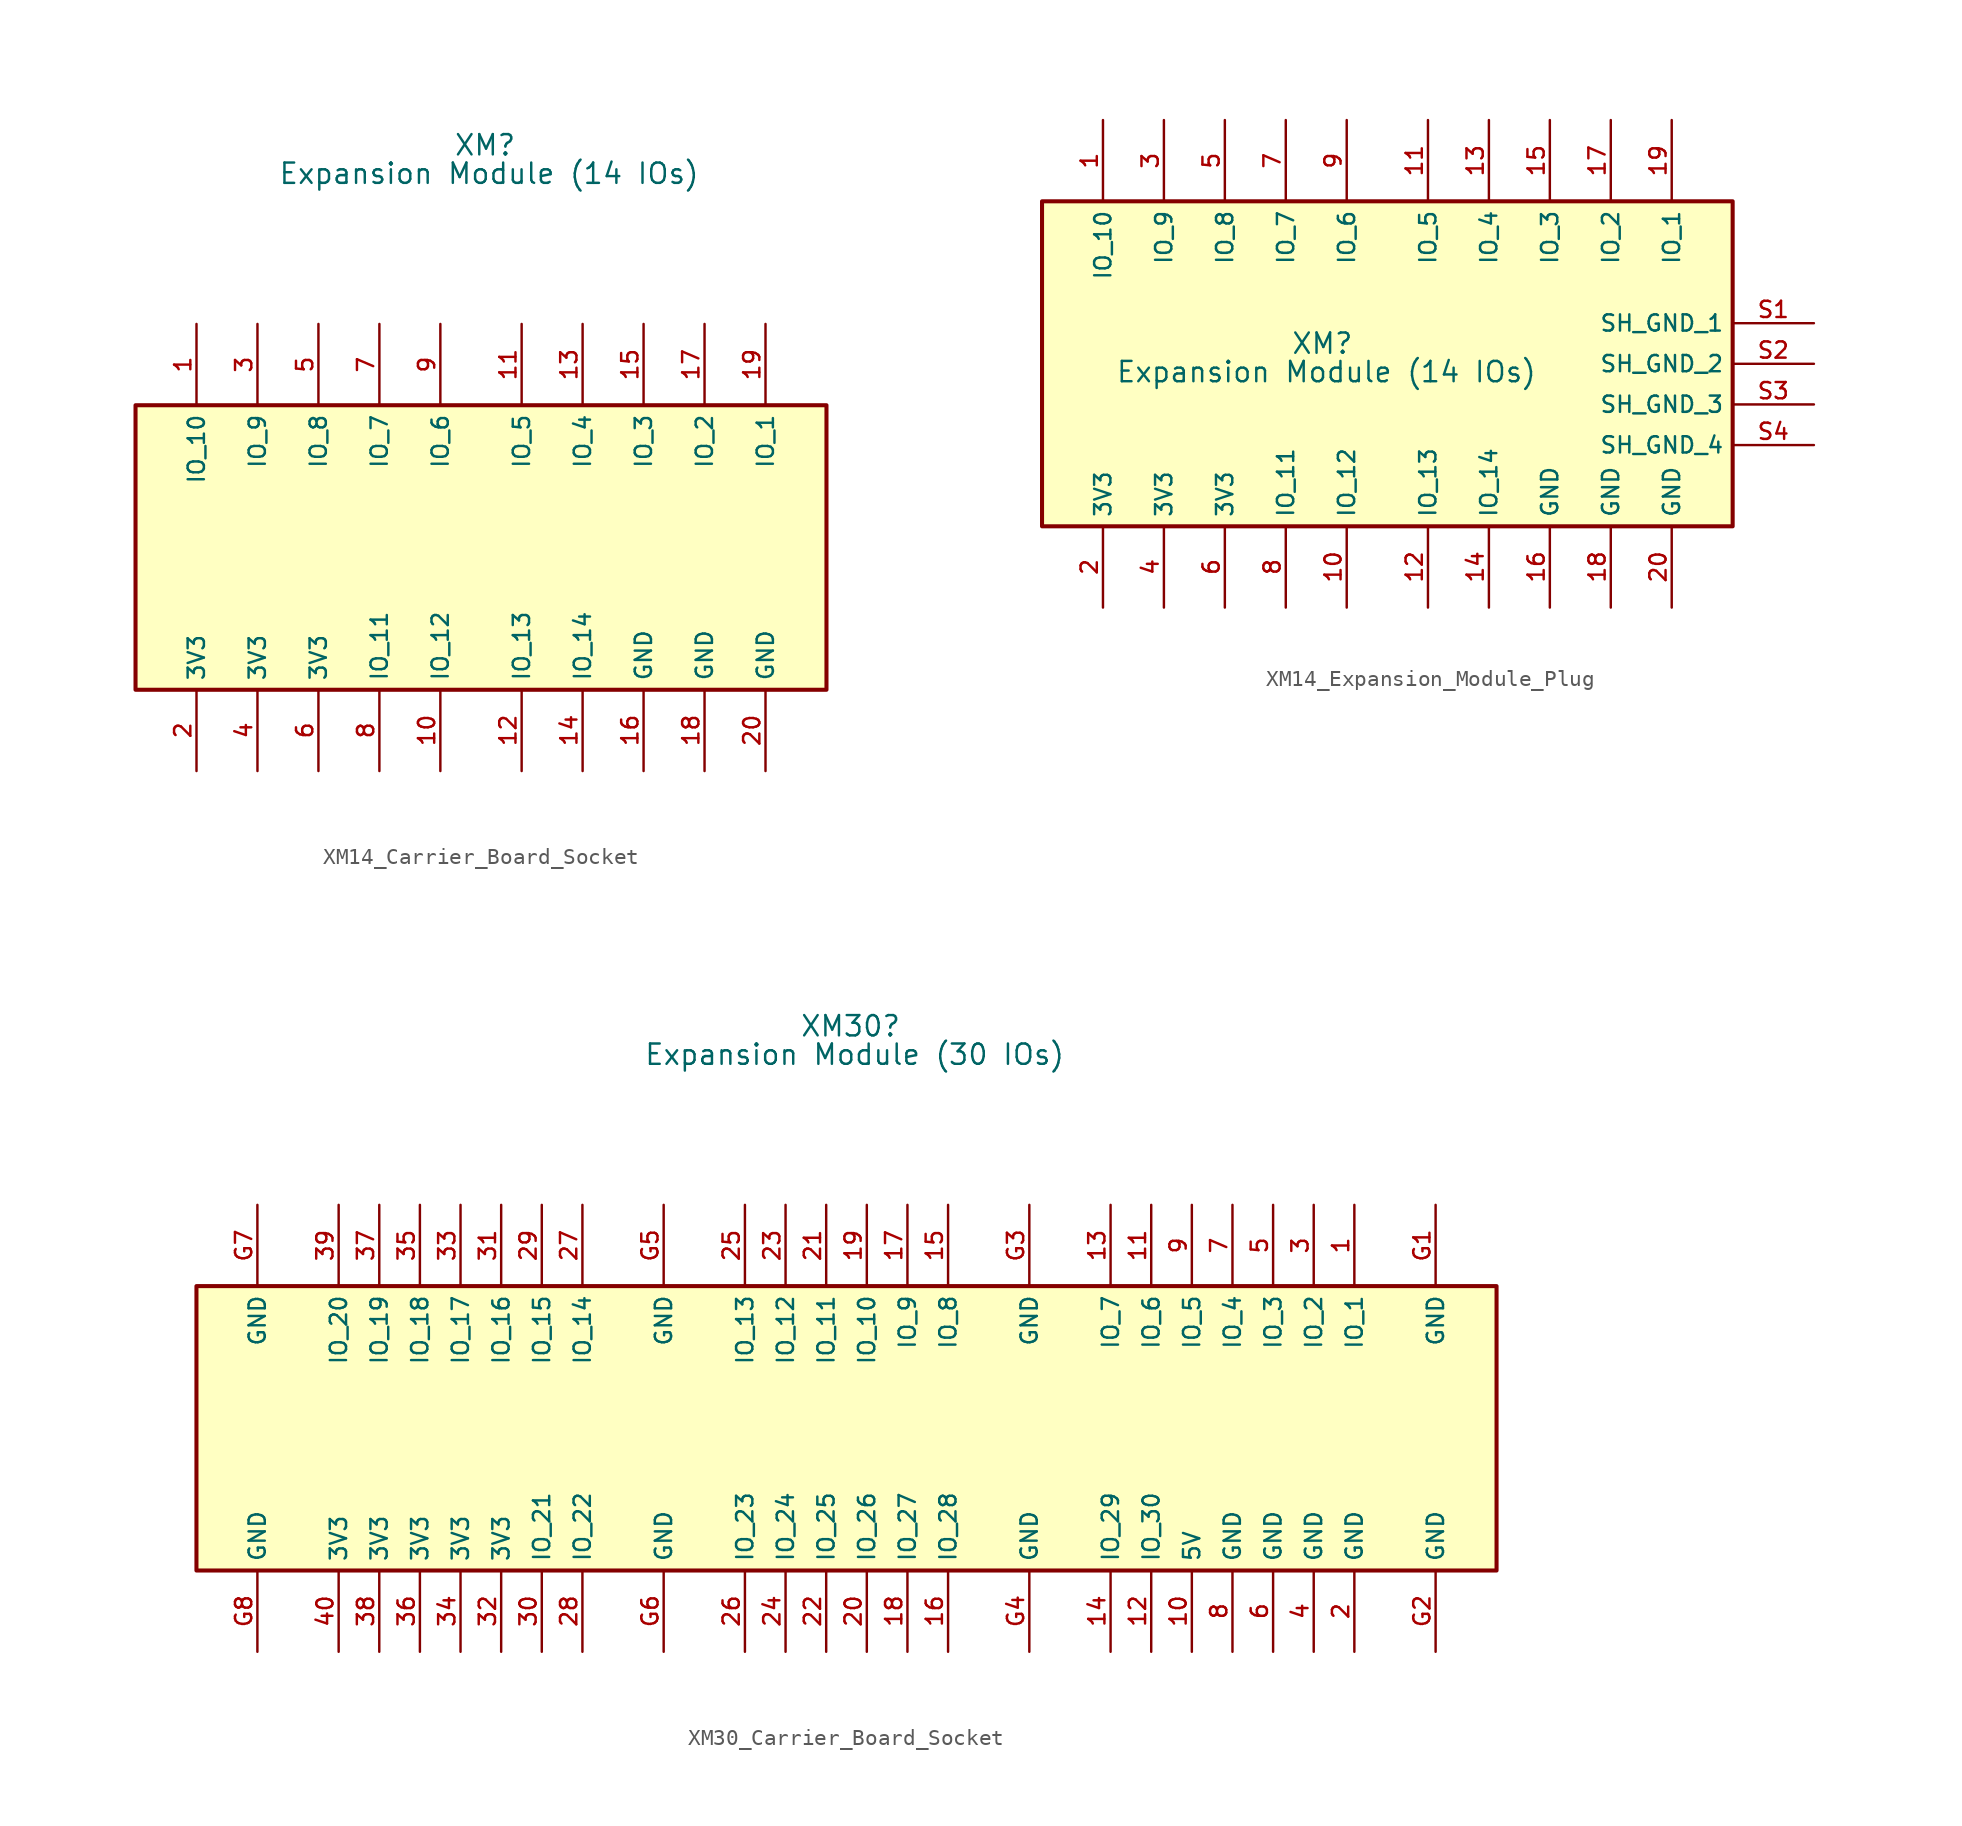
<source format=kicad_sym>
(kicad_symbol_lib
  (version 20231120)
  (generator "kicad_symbol_editor")
  (generator_version "8.0")
  (symbol "XM14_Carrier_Board_Socket"
    (property "Reference" "XM"
      (at 0.254 25.146 0)
      (effects (font (size 1.27 1.27))))
    (property "Value" "Expansion Module (14 IOs)"
      (at 0.508 23.368 0)
      (effects (font (size 1.27 1.27))))
    (symbol "XM14_Carrier_Board_Socket_0_0"
      (rectangle (start -21.59 8.89) (end 21.59 -8.89) (stroke (width 0.254) (type default)) (fill (type background))))
    (symbol "XM14_Carrier_Board_Socket_1_0"
      (pin passive line (at -17.78 13.97 270) (length 5.08) (name "IO_10" (effects (font (size 1.016 1.016)))) (number "1" (effects (font (size 1.016 1.016)))))
      (pin passive line (at -2.54 -13.97 90) (length 5.08) (name "IO_12" (effects (font (size 1.016 1.016)))) (number "10" (effects (font (size 1.016 1.016)))))
      (pin passive line (at 2.54 13.97 270) (length 5.08) (name "IO_5" (effects (font (size 1.016 1.016)))) (number "11" (effects (font (size 1.016 1.016)))))
      (pin passive line (at 2.54 -13.97 90) (length 5.08) (name "IO_13" (effects (font (size 1.016 1.016)))) (number "12" (effects (font (size 1.016 1.016)))))
      (pin passive line (at 6.35 13.97 270) (length 5.08) (name "IO_4" (effects (font (size 1.016 1.016)))) (number "13" (effects (font (size 1.016 1.016)))))
      (pin passive line (at 6.35 -13.97 90) (length 5.08) (name "IO_14" (effects (font (size 1.016 1.016)))) (number "14" (effects (font (size 1.016 1.016)))))
      (pin passive line (at 10.16 13.97 270) (length 5.08) (name "IO_3" (effects (font (size 1.016 1.016)))) (number "15" (effects (font (size 1.016 1.016)))))
      (pin passive line (at 10.16 -13.97 90) (length 5.08) (name "GND" (effects (font (size 1.016 1.016)))) (number "16" (effects (font (size 1.016 1.016)))))
      (pin passive line (at 13.97 13.97 270) (length 5.08) (name "IO_2" (effects (font (size 1.016 1.016)))) (number "17" (effects (font (size 1.016 1.016)))))
      (pin passive line (at 13.97 -13.97 90) (length 5.08) (name "GND" (effects (font (size 1.016 1.016)))) (number "18" (effects (font (size 1.016 1.016)))))
      (pin passive line (at 17.78 13.97 270) (length 5.08) (name "IO_1" (effects (font (size 1.016 1.016)))) (number "19" (effects (font (size 1.016 1.016)))))
      (pin passive line (at -17.78 -13.97 90) (length 5.08) (name "3V3" (effects (font (size 1.016 1.016)))) (number "2" (effects (font (size 1.016 1.016)))))
      (pin passive line (at 17.78 -13.97 90) (length 5.08) (name "GND" (effects (font (size 1.016 1.016)))) (number "20" (effects (font (size 1.016 1.016)))))
      (pin passive line (at -13.97 13.97 270) (length 5.08) (name "IO_9" (effects (font (size 1.016 1.016)))) (number "3" (effects (font (size 1.016 1.016)))))
      (pin passive line (at -13.97 -13.97 90) (length 5.08) (name "3V3" (effects (font (size 1.016 1.016)))) (number "4" (effects (font (size 1.016 1.016)))))
      (pin passive line (at -10.16 13.97 270) (length 5.08) (name "IO_8" (effects (font (size 1.016 1.016)))) (number "5" (effects (font (size 1.016 1.016)))))
      (pin passive line (at -10.16 -13.97 90) (length 5.08) (name "3V3" (effects (font (size 1.016 1.016)))) (number "6" (effects (font (size 1.016 1.016)))))
      (pin passive line (at -6.35 13.97 270) (length 5.08) (name "IO_7" (effects (font (size 1.016 1.016)))) (number "7" (effects (font (size 1.016 1.016)))))
      (pin passive line (at -6.35 -13.97 90) (length 5.08) (name "IO_11" (effects (font (size 1.016 1.016)))) (number "8" (effects (font (size 1.016 1.016)))))
      (pin passive line (at -2.54 13.97 270) (length 5.08) (name "IO_6" (effects (font (size 1.016 1.016)))) (number "9" (effects (font (size 1.016 1.016)))))))
  (symbol "XM14_Expansion_Module_Plug"
    (property "Reference" "XM"
      (at -4.064 2.54 0)
      (effects (font (size 1.27 1.27))))
    (property "Value" "Expansion Module (14 IOs)"
      (at -3.81 0.762 0)
      (effects (font (size 1.27 1.27))))
    (symbol "XM14_Expansion_Module_Plug_0_0"
      (rectangle (start -21.59 11.43) (end 21.59 -8.89) (stroke (width 0.254) (type default)) (fill (type background))))
    (symbol "XM14_Expansion_Module_Plug_1_0"
      (pin passive line (at -17.78 16.51 270) (length 5.08) (name "IO_10" (effects (font (size 1.016 1.016)))) (number "1" (effects (font (size 1.016 1.016)))))
      (pin passive line (at -2.54 -13.97 90) (length 5.08) (name "IO_12" (effects (font (size 1.016 1.016)))) (number "10" (effects (font (size 1.016 1.016)))))
      (pin passive line (at 2.54 16.51 270) (length 5.08) (name "IO_5" (effects (font (size 1.016 1.016)))) (number "11" (effects (font (size 1.016 1.016)))))
      (pin passive line (at 2.54 -13.97 90) (length 5.08) (name "IO_13" (effects (font (size 1.016 1.016)))) (number "12" (effects (font (size 1.016 1.016)))))
      (pin passive line (at 6.35 16.51 270) (length 5.08) (name "IO_4" (effects (font (size 1.016 1.016)))) (number "13" (effects (font (size 1.016 1.016)))))
      (pin passive line (at 6.35 -13.97 90) (length 5.08) (name "IO_14" (effects (font (size 1.016 1.016)))) (number "14" (effects (font (size 1.016 1.016)))))
      (pin passive line (at 10.16 16.51 270) (length 5.08) (name "IO_3" (effects (font (size 1.016 1.016)))) (number "15" (effects (font (size 1.016 1.016)))))
      (pin passive line (at 10.16 -13.97 90) (length 5.08) (name "GND" (effects (font (size 1.016 1.016)))) (number "16" (effects (font (size 1.016 1.016)))))
      (pin passive line (at 13.97 16.51 270) (length 5.08) (name "IO_2" (effects (font (size 1.016 1.016)))) (number "17" (effects (font (size 1.016 1.016)))))
      (pin passive line (at 13.97 -13.97 90) (length 5.08) (name "GND" (effects (font (size 1.016 1.016)))) (number "18" (effects (font (size 1.016 1.016)))))
      (pin passive line (at 17.78 16.51 270) (length 5.08) (name "IO_1" (effects (font (size 1.016 1.016)))) (number "19" (effects (font (size 1.016 1.016)))))
      (pin passive line (at -17.78 -13.97 90) (length 5.08) (name "3V3" (effects (font (size 1.016 1.016)))) (number "2" (effects (font (size 1.016 1.016)))))
      (pin passive line (at 17.78 -13.97 90) (length 5.08) (name "GND" (effects (font (size 1.016 1.016)))) (number "20" (effects (font (size 1.016 1.016)))))
      (pin passive line (at -13.97 16.51 270) (length 5.08) (name "IO_9" (effects (font (size 1.016 1.016)))) (number "3" (effects (font (size 1.016 1.016)))))
      (pin passive line (at -13.97 -13.97 90) (length 5.08) (name "3V3" (effects (font (size 1.016 1.016)))) (number "4" (effects (font (size 1.016 1.016)))))
      (pin passive line (at -10.16 16.51 270) (length 5.08) (name "IO_8" (effects (font (size 1.016 1.016)))) (number "5" (effects (font (size 1.016 1.016)))))
      (pin passive line (at -10.16 -13.97 90) (length 5.08) (name "3V3" (effects (font (size 1.016 1.016)))) (number "6" (effects (font (size 1.016 1.016)))))
      (pin passive line (at -6.35 16.51 270) (length 5.08) (name "IO_7" (effects (font (size 1.016 1.016)))) (number "7" (effects (font (size 1.016 1.016)))))
      (pin passive line (at -6.35 -13.97 90) (length 5.08) (name "IO_11" (effects (font (size 1.016 1.016)))) (number "8" (effects (font (size 1.016 1.016)))))
      (pin passive line (at -2.54 16.51 270) (length 5.08) (name "IO_6" (effects (font (size 1.016 1.016)))) (number "9" (effects (font (size 1.016 1.016)))))
      (pin passive line (at 26.67 3.81 180) (length 5.08) (name "SH_GND_1" (effects (font (size 1.016 1.016)))) (number "S1" (effects (font (size 1.016 1.016)))))
      (pin passive line (at 26.67 1.27 180) (length 5.08) (name "SH_GND_2" (effects (font (size 1.016 1.016)))) (number "S2" (effects (font (size 1.016 1.016)))))
      (pin passive line (at 26.67 -1.27 180) (length 5.08) (name "SH_GND_3" (effects (font (size 1.016 1.016)))) (number "S3" (effects (font (size 1.016 1.016)))))
      (pin passive line (at 26.67 -3.81 180) (length 5.08) (name "SH_GND_4" (effects (font (size 1.016 1.016)))) (number "S4" (effects (font (size 1.016 1.016)))))))
  (symbol "XM30_Carrier_Board_Socket"
    (property "Reference" "XM30"
      (at 0.254 25.146 0)
      (effects (font (size 1.27 1.27))))
    (property "Value" "Expansion Module (30 IOs)"
      (at 0.508 23.368 0)
      (effects (font (size 1.27 1.27))))
    (symbol "XM30_Carrier_Board_Socket_0_0"
      (rectangle (start -40.64 8.89) (end 40.64 -8.89) (stroke (width 0.254) (type default)) (fill (type background))))
    (symbol "XM30_Carrier_Board_Socket_1_0"
      (pin passive line (at 31.75 13.97 270) (length 5.08) (name "IO_1" (effects (font (size 1.016 1.016)))) (number "1" (effects (font (size 1.016 1.016)))))
      (pin passive line (at 21.59 -13.97 90) (length 5.08) (name "5V" (effects (font (size 1.016 1.016)))) (number "10" (effects (font (size 1.016 1.016)))))
      (pin passive line (at 19.05 13.97 270) (length 5.08) (name "IO_6" (effects (font (size 1.016 1.016)))) (number "11" (effects (font (size 1.016 1.016)))))
      (pin passive line (at 19.05 -13.97 90) (length 5.08) (name "IO_30" (effects (font (size 1.016 1.016)))) (number "12" (effects (font (size 1.016 1.016)))))
      (pin passive line (at 16.51 13.97 270) (length 5.08) (name "IO_7" (effects (font (size 1.016 1.016)))) (number "13" (effects (font (size 1.016 1.016)))))
      (pin passive line (at 16.51 -13.97 90) (length 5.08) (name "IO_29" (effects (font (size 1.016 1.016)))) (number "14" (effects (font (size 1.016 1.016)))))
      (pin passive line (at 6.35 13.97 270) (length 5.08) (name "IO_8" (effects (font (size 1.016 1.016)))) (number "15" (effects (font (size 1.016 1.016)))))
      (pin passive line (at 6.35 -13.97 90) (length 5.08) (name "IO_28" (effects (font (size 1.016 1.016)))) (number "16" (effects (font (size 1.016 1.016)))))
      (pin passive line (at 3.81 13.97 270) (length 5.08) (name "IO_9" (effects (font (size 1.016 1.016)))) (number "17" (effects (font (size 1.016 1.016)))))
      (pin passive line (at 3.81 -13.97 90) (length 5.08) (name "IO_27" (effects (font (size 1.016 1.016)))) (number "18" (effects (font (size 1.016 1.016)))))
      (pin passive line (at 1.27 13.97 270) (length 5.08) (name "IO_10" (effects (font (size 1.016 1.016)))) (number "19" (effects (font (size 1.016 1.016)))))
      (pin passive line (at 31.75 -13.97 90) (length 5.08) (name "GND" (effects (font (size 1.016 1.016)))) (number "2" (effects (font (size 1.016 1.016)))))
      (pin passive line (at 1.27 -13.97 90) (length 5.08) (name "IO_26" (effects (font (size 1.016 1.016)))) (number "20" (effects (font (size 1.016 1.016)))))
      (pin passive line (at -1.27 13.97 270) (length 5.08) (name "IO_11" (effects (font (size 1.016 1.016)))) (number "21" (effects (font (size 1.016 1.016)))))
      (pin passive line (at -1.27 -13.97 90) (length 5.08) (name "IO_25" (effects (font (size 1.016 1.016)))) (number "22" (effects (font (size 1.016 1.016)))))
      (pin passive line (at -3.81 13.97 270) (length 5.08) (name "IO_12" (effects (font (size 1.016 1.016)))) (number "23" (effects (font (size 1.016 1.016)))))
      (pin passive line (at -3.81 -13.97 90) (length 5.08) (name "IO_24" (effects (font (size 1.016 1.016)))) (number "24" (effects (font (size 1.016 1.016)))))
      (pin passive line (at -6.35 13.97 270) (length 5.08) (name "IO_13" (effects (font (size 1.016 1.016)))) (number "25" (effects (font (size 1.016 1.016)))))
      (pin passive line (at -6.35 -13.97 90) (length 5.08) (name "IO_23" (effects (font (size 1.016 1.016)))) (number "26" (effects (font (size 1.016 1.016)))))
      (pin passive line (at -16.51 13.97 270) (length 5.08) (name "IO_14" (effects (font (size 1.016 1.016)))) (number "27" (effects (font (size 1.016 1.016)))))
      (pin passive line (at -16.51 -13.97 90) (length 5.08) (name "IO_22" (effects (font (size 1.016 1.016)))) (number "28" (effects (font (size 1.016 1.016)))))
      (pin passive line (at -19.05 13.97 270) (length 5.08) (name "IO_15" (effects (font (size 1.016 1.016)))) (number "29" (effects (font (size 1.016 1.016)))))
      (pin passive line (at 29.21 13.97 270) (length 5.08) (name "IO_2" (effects (font (size 1.016 1.016)))) (number "3" (effects (font (size 1.016 1.016)))))
      (pin passive line (at -19.05 -13.97 90) (length 5.08) (name "IO_21" (effects (font (size 1.016 1.016)))) (number "30" (effects (font (size 1.016 1.016)))))
      (pin passive line (at -21.59 13.97 270) (length 5.08) (name "IO_16" (effects (font (size 1.016 1.016)))) (number "31" (effects (font (size 1.016 1.016)))))
      (pin passive line (at -21.59 -13.97 90) (length 5.08) (name "3V3" (effects (font (size 1.016 1.016)))) (number "32" (effects (font (size 1.016 1.016)))))
      (pin passive line (at -24.13 13.97 270) (length 5.08) (name "IO_17" (effects (font (size 1.016 1.016)))) (number "33" (effects (font (size 1.016 1.016)))))
      (pin passive line (at -24.13 -13.97 90) (length 5.08) (name "3V3" (effects (font (size 1.016 1.016)))) (number "34" (effects (font (size 1.016 1.016)))))
      (pin passive line (at -26.67 13.97 270) (length 5.08) (name "IO_18" (effects (font (size 1.016 1.016)))) (number "35" (effects (font (size 1.016 1.016)))))
      (pin passive line (at -26.67 -13.97 90) (length 5.08) (name "3V3" (effects (font (size 1.016 1.016)))) (number "36" (effects (font (size 1.016 1.016)))))
      (pin passive line (at -29.21 13.97 270) (length 5.08) (name "IO_19" (effects (font (size 1.016 1.016)))) (number "37" (effects (font (size 1.016 1.016)))))
      (pin passive line (at -29.21 -13.97 90) (length 5.08) (name "3V3" (effects (font (size 1.016 1.016)))) (number "38" (effects (font (size 1.016 1.016)))))
      (pin passive line (at -31.75 13.97 270) (length 5.08) (name "IO_20" (effects (font (size 1.016 1.016)))) (number "39" (effects (font (size 1.016 1.016)))))
      (pin passive line (at 29.21 -13.97 90) (length 5.08) (name "GND" (effects (font (size 1.016 1.016)))) (number "4" (effects (font (size 1.016 1.016)))))
      (pin passive line (at -31.75 -13.97 90) (length 5.08) (name "3V3" (effects (font (size 1.016 1.016)))) (number "40" (effects (font (size 1.016 1.016)))))
      (pin passive line (at 26.67 13.97 270) (length 5.08) (name "IO_3" (effects (font (size 1.016 1.016)))) (number "5" (effects (font (size 1.016 1.016)))))
      (pin passive line (at 26.67 -13.97 90) (length 5.08) (name "GND" (effects (font (size 1.016 1.016)))) (number "6" (effects (font (size 1.016 1.016)))))
      (pin passive line (at 24.13 13.97 270) (length 5.08) (name "IO_4" (effects (font (size 1.016 1.016)))) (number "7" (effects (font (size 1.016 1.016)))))
      (pin passive line (at 24.13 -13.97 90) (length 5.08) (name "GND" (effects (font (size 1.016 1.016)))) (number "8" (effects (font (size 1.016 1.016)))))
      (pin passive line (at 21.59 13.97 270) (length 5.08) (name "IO_5" (effects (font (size 1.016 1.016)))) (number "9" (effects (font (size 1.016 1.016)))))
      (pin power_in line (at 36.83 13.97 270) (length 5.08) (name "GND" (effects (font (size 1.016 1.016)))) (number "G1" (effects (font (size 1.016 1.016)))))
      (pin power_in line (at 36.83 -13.97 90) (length 5.08) (name "GND" (effects (font (size 1.016 1.016)))) (number "G2" (effects (font (size 1.016 1.016)))))
      (pin power_in line (at 11.43 13.97 270) (length 5.08) (name "GND" (effects (font (size 1.016 1.016)))) (number "G3" (effects (font (size 1.016 1.016)))))
      (pin power_in line (at 11.43 -13.97 90) (length 5.08) (name "GND" (effects (font (size 1.016 1.016)))) (number "G4" (effects (font (size 1.016 1.016)))))
      (pin power_in line (at -11.43 13.97 270) (length 5.08) (name "GND" (effects (font (size 1.016 1.016)))) (number "G5" (effects (font (size 1.016 1.016)))))
      (pin power_in line (at -11.43 -13.97 90) (length 5.08) (name "GND" (effects (font (size 1.016 1.016)))) (number "G6" (effects (font (size 1.016 1.016)))))
      (pin power_in line (at -36.83 13.97 270) (length 5.08) (name "GND" (effects (font (size 1.016 1.016)))) (number "G7" (effects (font (size 1.016 1.016)))))
      (pin power_in line (at -36.83 -13.97 90) (length 5.08) (name "GND" (effects (font (size 1.016 1.016)))) (number "G8" (effects (font (size 1.016 1.016))))))))
</source>
